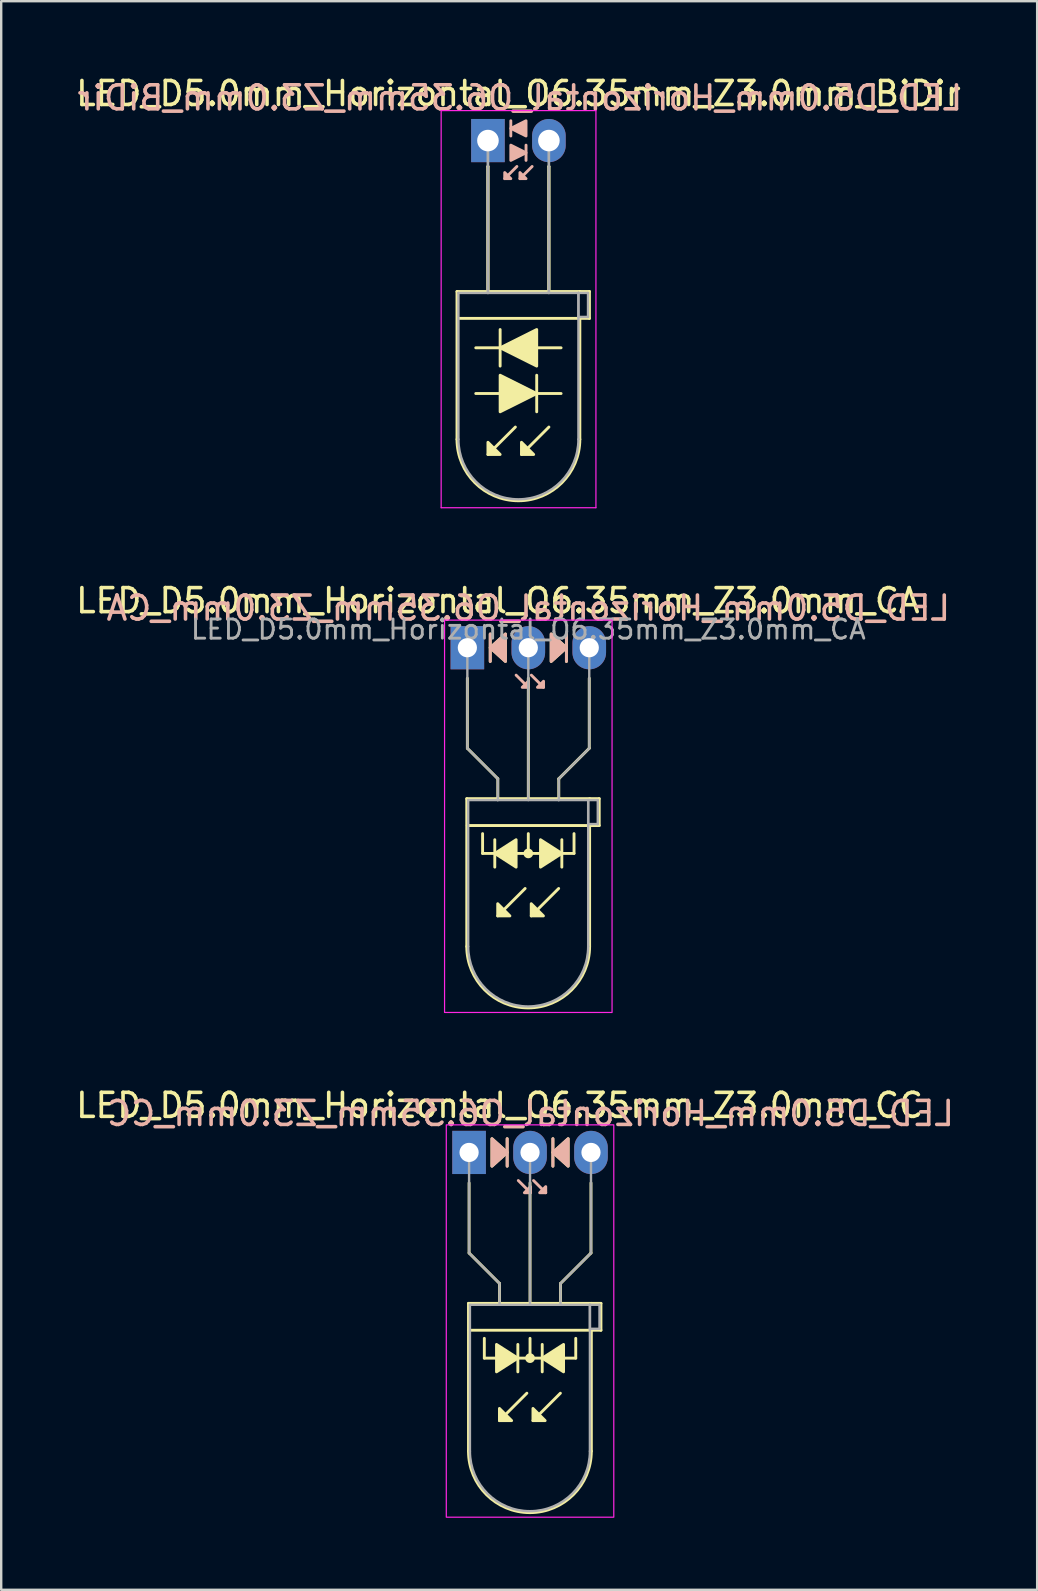
<source format=kicad_pcb>
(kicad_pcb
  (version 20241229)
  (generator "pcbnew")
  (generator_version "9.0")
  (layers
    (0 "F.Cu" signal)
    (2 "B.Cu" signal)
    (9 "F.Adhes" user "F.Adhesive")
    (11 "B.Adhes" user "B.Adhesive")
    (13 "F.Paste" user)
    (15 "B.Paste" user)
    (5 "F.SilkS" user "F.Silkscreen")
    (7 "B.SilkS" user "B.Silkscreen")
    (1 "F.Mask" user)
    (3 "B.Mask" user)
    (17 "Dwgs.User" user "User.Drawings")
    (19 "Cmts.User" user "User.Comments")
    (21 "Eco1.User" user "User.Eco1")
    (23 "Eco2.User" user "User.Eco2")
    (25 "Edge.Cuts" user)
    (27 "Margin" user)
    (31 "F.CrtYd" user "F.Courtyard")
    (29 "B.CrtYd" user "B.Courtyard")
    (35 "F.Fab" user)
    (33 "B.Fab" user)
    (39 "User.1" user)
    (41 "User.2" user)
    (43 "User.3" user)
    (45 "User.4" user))
  (footprint "LED_D5.0mm_Horizontal_O6.35mm_Z3.0mm_CA"
    (layer "F.Cu")
    (at 16.426 23.942)
    (property "Reference" "LED_D5.0mm_Horizontal_O6.35mm_Z3.0mm_CA" (at 1.27 -1.96 0) (layer "F.SilkS") (effects (font (size 1 1) (thickness 0.15))))
    (fp_line (start -0.025 6.29) (end -0.025 12.45) (stroke (width 0.12) (type solid)) (layer "F.SilkS"))
    (fp_line (start -0.025 6.29) (end 5.095 6.29) (stroke (width 0.12) (type solid)) (layer "F.SilkS"))
    (fp_line (start 0 1.27) (end 0 4.191) (stroke (width 0.12) (type default)) (layer "F.SilkS"))
    (fp_line (start 0 4.191) (end 1.27 5.461) (stroke (width 0.12) (type default)) (layer "F.SilkS"))
    (fp_line (start 0.635 8.572) (end 0.635 7.747) (stroke (width 0.12) (type default)) (layer "F.SilkS"))
    (fp_line (start 0.635 8.572) (end 4.445 8.572) (stroke (width 0.12) (type default)) (layer "F.SilkS"))
    (fp_line (start 0.953 -0.572) (end 0.953 0.572) (stroke (width 0.12) (type solid)) (layer "F.SilkS"))
    (fp_line (start 1.143 8.001) (end 1.143 9.144) (stroke (width 0.12) (type solid)) (layer "F.SilkS"))
    (fp_line (start 1.265 6.29) (end 1.265 6.29) (stroke (width 0.12) (type solid)) (layer "F.SilkS"))
    (fp_line (start 1.27 5.461) (end 1.27 6.29) (stroke (width 0.12) (type default)) (layer "F.SilkS"))
    (fp_line (start 2.408 10.033) (end 1.265 11.176) (stroke (width 0.12) (type solid)) (layer "F.SilkS"))
    (fp_line (start 2.54 6.29) (end 2.54 1.27) (stroke (width 0.12) (type default)) (layer "F.SilkS"))
    (fp_line (start 2.54 8.572) (end 2.54 7.747) (stroke (width 0.12) (type default)) (layer "F.SilkS"))
    (fp_line (start 3.805 6.29) (end 3.805 6.29) (stroke (width 0.12) (type solid)) (layer "F.SilkS"))
    (fp_line (start 3.805 10.033) (end 2.662 11.176) (stroke (width 0.12) (type solid)) (layer "F.SilkS"))
    (fp_line (start 3.81 5.461) (end 3.81 6.29) (stroke (width 0.12) (type default)) (layer "F.SilkS"))
    (fp_line (start 3.937 9.144) (end 3.937 8.001) (stroke (width 0.12) (type solid)) (layer "F.SilkS"))
    (fp_line (start 4.128 0.572) (end 4.128 -0.572) (stroke (width 0.12) (type solid)) (layer "F.SilkS"))
    (fp_line (start 4.445 8.572) (end 4.445 7.747) (stroke (width 0.12) (type default)) (layer "F.SilkS"))
    (fp_line (start 5.08 1.27) (end 5.08 4.191) (stroke (width 0.12) (type default)) (layer "F.SilkS"))
    (fp_line (start 5.08 4.191) (end 3.81 5.461) (stroke (width 0.12) (type default)) (layer "F.SilkS"))
    (fp_line (start 5.095 6.29) (end 5.495 6.29) (stroke (width 0.12) (type solid)) (layer "F.SilkS"))
    (fp_line (start 5.095 7.41) (end 5.095 12.45) (stroke (width 0.12) (type solid)) (layer "F.SilkS"))
    (fp_line (start 5.495 6.29) (end 5.495 7.41) (stroke (width 0.12) (type solid)) (layer "F.SilkS"))
    (fp_line (start 5.495 7.41) (end -0.005 7.41) (stroke (width 0.12) (type solid)) (layer "F.SilkS"))
    (fp_arc (start 5.095 12.45) (mid 2.535 15.01) (end -0.025 12.45) (stroke (width 0.12) (type solid)) (layer "F.SilkS"))
    (fp_circle (center 2.54 8.572) (end 2.682 8.572) (stroke (width 0.12) (type solid)) (fill yes) (layer "F.SilkS"))
    (fp_poly (pts (xy 1.265 10.668) (xy 1.773 11.176) (xy 1.265 11.176)) (stroke (width 0.12) (type solid)) (fill yes) (layer "F.SilkS"))
    (fp_poly (pts (xy 1.587 0.572) (xy 0.953 0) (xy 1.587 -0.572)) (stroke (width 0.12) (type solid)) (fill yes) (layer "F.SilkS"))
    (fp_poly (pts (xy 2.032 9.144) (xy 1.143 8.572) (xy 2.032 8.001)) (stroke (width 0.12) (type solid)) (fill yes) (layer "F.SilkS"))
    (fp_poly (pts (xy 2.662 10.668) (xy 3.17 11.176) (xy 2.662 11.176)) (stroke (width 0.12) (type solid)) (fill yes) (layer "F.SilkS"))
    (fp_poly (pts (xy 3.048 8.001) (xy 3.937 8.572) (xy 3.048 9.144)) (stroke (width 0.12) (type solid)) (fill yes) (layer "F.SilkS"))
    (fp_poly (pts (xy 3.493 -0.572) (xy 4.128 0) (xy 3.493 0.572)) (stroke (width 0.12) (type solid)) (fill yes) (layer "F.SilkS"))
    (fp_line (start 0.953 -0.572) (end 0.953 0.572) (stroke (width 0.12) (type solid)) (layer "B.SilkS"))
    (fp_line (start 2.54 1.651) (end 2.032 1.143) (stroke (width 0.12) (type solid)) (layer "B.SilkS"))
    (fp_line (start 3.175 1.651) (end 2.667 1.143) (stroke (width 0.12) (type solid)) (layer "B.SilkS"))
    (fp_line (start 4.128 0.572) (end 4.128 -0.572) (stroke (width 0.12) (type solid)) (layer "B.SilkS"))
    (fp_poly (pts (xy 1.587 0.572) (xy 0.953 0) (xy 1.587 -0.572)) (stroke (width 0.12) (type solid)) (fill yes) (layer "B.SilkS"))
    (fp_poly (pts (xy 2.54 1.397) (xy 2.286 1.651) (xy 2.54 1.651)) (stroke (width 0.12) (type solid)) (fill yes) (layer "B.SilkS"))
    (fp_poly (pts (xy 3.175 1.397) (xy 2.921 1.651) (xy 3.175 1.651)) (stroke (width 0.12) (type solid)) (fill yes) (layer "B.SilkS"))
    (fp_poly (pts (xy 3.493 0.572) (xy 4.128 0) (xy 3.493 -0.572)) (stroke (width 0.12) (type solid)) (fill yes) (layer "B.SilkS"))
    (fp_rect (start -0.95 -1.15) (end 6.03 15.2) (stroke (width 0.05) (type default)) (fill no) (layer "F.CrtYd"))
    (fp_line (start 0 0) (end 0 0) (stroke (width 0.1) (type solid)) (layer "F.Fab"))
    (fp_line (start 0 4.191) (end 0 0) (stroke (width 0.1) (type default)) (layer "F.Fab"))
    (fp_line (start 0.035 6.35) (end 0.035 12.45) (stroke (width 0.1) (type solid)) (layer "F.Fab"))
    (fp_line (start 0.035 6.35) (end 5.035 6.35) (stroke (width 0.1) (type solid)) (layer "F.Fab"))
    (fp_line (start 1.265 6.35) (end 1.265 6.35) (stroke (width 0.1) (type solid)) (layer "F.Fab"))
    (fp_line (start 1.27 5.461) (end 0 4.191) (stroke (width 0.1) (type default)) (layer "F.Fab"))
    (fp_line (start 1.27 5.461) (end 1.27 6.35) (stroke (width 0.1) (type default)) (layer "F.Fab"))
    (fp_line (start 2.54 0) (end 2.54 0) (stroke (width 0.1) (type solid)) (layer "F.Fab"))
    (fp_line (start 2.54 0) (end 2.54 6.35) (stroke (width 0.1) (type default)) (layer "F.Fab"))
    (fp_line (start 3.805 6.35) (end 3.805 6.35) (stroke (width 0.1) (type solid)) (layer "F.Fab"))
    (fp_line (start 3.81 5.461) (end 3.81 6.35) (stroke (width 0.1) (type default)) (layer "F.Fab"))
    (fp_line (start 3.81 5.461) (end 5.08 4.191) (stroke (width 0.1) (type default)) (layer "F.Fab"))
    (fp_line (start 5.035 6.35) (end 5.035 12.45) (stroke (width 0.1) (type solid)) (layer "F.Fab"))
    (fp_line (start 5.035 6.35) (end 5.435 6.35) (stroke (width 0.1) (type solid)) (layer "F.Fab"))
    (fp_line (start 5.035 7.35) (end 5.035 6.35) (stroke (width 0.1) (type solid)) (layer "F.Fab"))
    (fp_line (start 5.08 4.191) (end 5.08 0) (stroke (width 0.1) (type default)) (layer "F.Fab"))
    (fp_line (start 5.435 6.35) (end 5.435 7.35) (stroke (width 0.1) (type solid)) (layer "F.Fab"))
    (fp_line (start 5.435 7.35) (end 5.035 7.35) (stroke (width 0.1) (type solid)) (layer "F.Fab"))
    (fp_arc (start 5.035 12.45) (mid 2.535 14.95) (end 0.035 12.45) (stroke (width 0.1) (type solid)) (layer "F.Fab"))
    (fp_text user "${REFERENCE}" (at 2.54 -1.651 0) (layer "B.SilkS") (effects (font (size 1 1) (thickness 0.15)) (justify mirror)))
    (fp_text user "${REFERENCE}" (at 2.54 -0.762 0) (layer "F.Fab") (effects (font (size 0.8 0.8) (thickness 0.12))))
    (pad "1" thru_hole rect (at 0 0) (size 1.4 1.8) (drill 0.8) (layers "*.Cu" "*.Mask"))
    (pad "2" thru_hole oval (at 2.54 0) (size 1.4 1.8) (drill 0.8) (layers "*.Cu" "*.Mask"))
    (pad "3" thru_hole oval (at 5.08 0) (size 1.4 1.8) (drill 0.8) (layers "*.Cu" "*.Mask")))
  (footprint "LED_D5.0mm_Horizontal_O6.35mm_Z3.0mm_BiDir"
    (layer "F.Cu")
    (at 17.284 2.808)
    (property "Reference" "LED_D5.0mm_Horizontal_O6.35mm_Z3.0mm_BiDir" (at 1.27 -1.96 0) (layer "F.SilkS") (effects (font (size 1 1) (thickness 0.15))))
    (fp_line (start -1.29 6.29) (end -1.29 12.45) (stroke (width 0.12) (type solid)) (layer "F.SilkS"))
    (fp_line (start -1.29 6.29) (end 3.83 6.29) (stroke (width 0.12) (type solid)) (layer "F.SilkS"))
    (fp_line (start -0.508 10.541) (end 0.508 10.541) (stroke (width 0.12) (type solid)) (layer "F.SilkS"))
    (fp_line (start 0 1.08) (end 0 1.08) (stroke (width 0.12) (type solid)) (layer "F.SilkS"))
    (fp_line (start 0 1.08) (end 0 6.29) (stroke (width 0.12) (type solid)) (layer "F.SilkS"))
    (fp_line (start 0 6.29) (end 0 1.08) (stroke (width 0.12) (type solid)) (layer "F.SilkS"))
    (fp_line (start 0 6.29) (end 0 6.29) (stroke (width 0.12) (type solid)) (layer "F.SilkS"))
    (fp_line (start 0.508 7.874) (end 0.508 9.398) (stroke (width 0.12) (type solid)) (layer "F.SilkS"))
    (fp_line (start 0.508 8.636) (end -0.508 8.636) (stroke (width 0.12) (type solid)) (layer "F.SilkS"))
    (fp_line (start 1.143 11.938) (end 0 13.081) (stroke (width 0.12) (type solid)) (layer "F.SilkS"))
    (fp_line (start 2.032 10.541) (end 3.048 10.541) (stroke (width 0.12) (type solid)) (layer "F.SilkS"))
    (fp_line (start 2.032 11.303) (end 2.032 9.779) (stroke (width 0.12) (type solid)) (layer "F.SilkS"))
    (fp_line (start 2.54 1.08) (end 2.54 1.08) (stroke (width 0.12) (type solid)) (layer "F.SilkS"))
    (fp_line (start 2.54 1.08) (end 2.54 6.29) (stroke (width 0.12) (type solid)) (layer "F.SilkS"))
    (fp_line (start 2.54 6.29) (end 2.54 1.08) (stroke (width 0.12) (type solid)) (layer "F.SilkS"))
    (fp_line (start 2.54 6.29) (end 2.54 6.29) (stroke (width 0.12) (type solid)) (layer "F.SilkS"))
    (fp_line (start 2.54 11.938) (end 1.397 13.081) (stroke (width 0.12) (type solid)) (layer "F.SilkS"))
    (fp_line (start 3.048 8.636) (end 2.032 8.636) (stroke (width 0.12) (type solid)) (layer "F.SilkS"))
    (fp_line (start 3.83 6.29) (end 4.23 6.29) (stroke (width 0.12) (type solid)) (layer "F.SilkS"))
    (fp_line (start 3.83 7.41) (end 3.83 12.45) (stroke (width 0.12) (type solid)) (layer "F.SilkS"))
    (fp_line (start 4.23 6.29) (end 4.23 7.41) (stroke (width 0.12) (type solid)) (layer "F.SilkS"))
    (fp_line (start 4.23 7.41) (end -1.27 7.41) (stroke (width 0.12) (type solid)) (layer "F.SilkS"))
    (fp_arc (start 3.83 12.45) (mid 1.27 15.01) (end -1.29 12.45) (stroke (width 0.12) (type solid)) (layer "F.SilkS"))
    (fp_poly (pts (xy 0 12.573) (xy 0.508 13.081) (xy 0 13.081)) (stroke (width 0.12) (type solid)) (fill yes) (layer "F.SilkS"))
    (fp_poly (pts (xy 0.508 9.779) (xy 2.032 10.541) (xy 0.508 11.303)) (stroke (width 0.12) (type solid)) (fill yes) (layer "F.SilkS"))
    (fp_poly (pts (xy 1.397 12.573) (xy 1.905 13.081) (xy 1.397 13.081)) (stroke (width 0.12) (type solid)) (fill yes) (layer "F.SilkS"))
    (fp_poly (pts (xy 2.032 9.398) (xy 0.508 8.636) (xy 2.032 7.874)) (stroke (width 0.12) (type solid)) (fill yes) (layer "F.SilkS"))
    (fp_line (start 0.953 -0.826) (end 0.953 -0.191) (stroke (width 0.12) (type solid)) (layer "B.SilkS"))
    (fp_line (start 1.206 1.079) (end 0.699 1.587) (stroke (width 0.12) (type solid)) (layer "B.SilkS"))
    (fp_line (start 1.587 0.826) (end 1.587 0.191) (stroke (width 0.12) (type solid)) (layer "B.SilkS"))
    (fp_line (start 1.841 1.079) (end 1.333 1.587) (stroke (width 0.12) (type solid)) (layer "B.SilkS"))
    (fp_poly (pts (xy 0.699 1.333) (xy 0.953 1.587) (xy 0.699 1.587)) (stroke (width 0.12) (type solid)) (fill yes) (layer "B.SilkS"))
    (fp_poly (pts (xy 0.953 0.191) (xy 1.587 0.508) (xy 0.953 0.826)) (stroke (width 0.12) (type solid)) (fill yes) (layer "B.SilkS"))
    (fp_poly (pts (xy 1.333 1.333) (xy 1.587 1.587) (xy 1.333 1.587)) (stroke (width 0.12) (type solid)) (fill yes) (layer "B.SilkS"))
    (fp_poly (pts (xy 1.587 -0.191) (xy 0.953 -0.508) (xy 1.587 -0.826)) (stroke (width 0.12) (type solid)) (fill yes) (layer "B.SilkS"))
    (fp_line (start -1.95 -1.25) (end -1.95 15.3) (stroke (width 0.05) (type solid)) (layer "F.CrtYd"))
    (fp_line (start -1.95 15.3) (end 4.5 15.3) (stroke (width 0.05) (type solid)) (layer "F.CrtYd"))
    (fp_line (start 4.5 -1.25) (end -1.95 -1.25) (stroke (width 0.05) (type solid)) (layer "F.CrtYd"))
    (fp_line (start 4.5 15.3) (end 4.5 -1.25) (stroke (width 0.05) (type solid)) (layer "F.CrtYd"))
    (fp_line (start -1.23 6.35) (end -1.23 12.45) (stroke (width 0.1) (type solid)) (layer "F.Fab"))
    (fp_line (start -1.23 6.35) (end 3.77 6.35) (stroke (width 0.1) (type solid)) (layer "F.Fab"))
    (fp_line (start 0 0) (end 0 0) (stroke (width 0.1) (type solid)) (layer "F.Fab"))
    (fp_line (start 0 0) (end 0 6.35) (stroke (width 0.1) (type solid)) (layer "F.Fab"))
    (fp_line (start 0 6.35) (end 0 0) (stroke (width 0.1) (type solid)) (layer "F.Fab"))
    (fp_line (start 0 6.35) (end 0 6.35) (stroke (width 0.1) (type solid)) (layer "F.Fab"))
    (fp_line (start 2.54 0) (end 2.54 0) (stroke (width 0.1) (type solid)) (layer "F.Fab"))
    (fp_line (start 2.54 0) (end 2.54 6.35) (stroke (width 0.1) (type solid)) (layer "F.Fab"))
    (fp_line (start 2.54 6.35) (end 2.54 0) (stroke (width 0.1) (type solid)) (layer "F.Fab"))
    (fp_line (start 2.54 6.35) (end 2.54 6.35) (stroke (width 0.1) (type solid)) (layer "F.Fab"))
    (fp_line (start 3.77 6.35) (end 3.77 12.45) (stroke (width 0.1) (type solid)) (layer "F.Fab"))
    (fp_line (start 3.77 6.35) (end 4.17 6.35) (stroke (width 0.1) (type solid)) (layer "F.Fab"))
    (fp_line (start 3.77 7.35) (end 3.77 6.35) (stroke (width 0.1) (type solid)) (layer "F.Fab"))
    (fp_line (start 4.17 6.35) (end 4.17 7.35) (stroke (width 0.1) (type solid)) (layer "F.Fab"))
    (fp_line (start 4.17 7.35) (end 3.77 7.35) (stroke (width 0.1) (type solid)) (layer "F.Fab"))
    (fp_arc (start 3.77 12.45) (mid 1.27 14.95) (end -1.23 12.45) (stroke (width 0.1) (type solid)) (layer "F.Fab"))
    (fp_text user "${REFERENCE}" (at 1.333 -1.778 0) (layer "B.SilkS") (effects (font (size 1 1) (thickness 0.15)) (justify mirror)))
    (pad "1" thru_hole rect (at 0 0) (size 1.4 1.8) (drill 0.9) (layers "*.Cu" "*.Mask"))
    (pad "2" thru_hole oval (at 2.54 0) (size 1.4 1.8) (drill 0.9) (layers "*.Cu" "*.Mask")))
  (footprint "LED_D5.0mm_Horizontal_O6.35mm_Z3.0mm_CC"
    (layer "F.Cu")
    (at 16.498 44.975)
    (property "Reference" "LED_D5.0mm_Horizontal_O6.35mm_Z3.0mm_CC" (at 1.27 -1.96 0) (layer "F.SilkS") (effects (font (size 1 1) (thickness 0.15))))
    (fp_line (start -0.025 6.29) (end -0.025 12.45) (stroke (width 0.12) (type solid)) (layer "F.SilkS"))
    (fp_line (start -0.025 6.29) (end 5.095 6.29) (stroke (width 0.12) (type solid)) (layer "F.SilkS"))
    (fp_line (start 0 1.27) (end 0 4.191) (stroke (width 0.12) (type default)) (layer "F.SilkS"))
    (fp_line (start 0 4.191) (end 1.27 5.461) (stroke (width 0.12) (type default)) (layer "F.SilkS"))
    (fp_line (start 0.635 8.572) (end 0.635 7.747) (stroke (width 0.12) (type default)) (layer "F.SilkS"))
    (fp_line (start 0.635 8.572) (end 4.445 8.572) (stroke (width 0.12) (type default)) (layer "F.SilkS"))
    (fp_line (start 1.265 6.29) (end 1.265 6.29) (stroke (width 0.12) (type solid)) (layer "F.SilkS"))
    (fp_line (start 1.27 5.461) (end 1.27 6.29) (stroke (width 0.12) (type default)) (layer "F.SilkS"))
    (fp_line (start 1.587 0.572) (end 1.587 -0.572) (stroke (width 0.12) (type solid)) (layer "F.SilkS"))
    (fp_line (start 2.032 9.144) (end 2.032 8.001) (stroke (width 0.12) (type solid)) (layer "F.SilkS"))
    (fp_line (start 2.408 10.033) (end 1.265 11.176) (stroke (width 0.12) (type solid)) (layer "F.SilkS"))
    (fp_line (start 2.54 6.29) (end 2.54 1.27) (stroke (width 0.12) (type default)) (layer "F.SilkS"))
    (fp_line (start 2.54 8.572) (end 2.54 7.747) (stroke (width 0.12) (type default)) (layer "F.SilkS"))
    (fp_line (start 3.048 8.001) (end 3.048 9.144) (stroke (width 0.12) (type solid)) (layer "F.SilkS"))
    (fp_line (start 3.493 -0.572) (end 3.493 0.572) (stroke (width 0.12) (type solid)) (layer "F.SilkS"))
    (fp_line (start 3.805 6.29) (end 3.805 6.29) (stroke (width 0.12) (type solid)) (layer "F.SilkS"))
    (fp_line (start 3.805 10.033) (end 2.662 11.176) (stroke (width 0.12) (type solid)) (layer "F.SilkS"))
    (fp_line (start 3.81 5.461) (end 3.81 6.29) (stroke (width 0.12) (type default)) (layer "F.SilkS"))
    (fp_line (start 4.445 8.572) (end 4.445 7.747) (stroke (width 0.12) (type default)) (layer "F.SilkS"))
    (fp_line (start 5.08 1.27) (end 5.08 4.191) (stroke (width 0.12) (type default)) (layer "F.SilkS"))
    (fp_line (start 5.08 4.191) (end 3.81 5.461) (stroke (width 0.12) (type default)) (layer "F.SilkS"))
    (fp_line (start 5.095 6.29) (end 5.495 6.29) (stroke (width 0.12) (type solid)) (layer "F.SilkS"))
    (fp_line (start 5.095 7.41) (end 5.095 12.45) (stroke (width 0.12) (type solid)) (layer "F.SilkS"))
    (fp_line (start 5.495 6.29) (end 5.495 7.41) (stroke (width 0.12) (type solid)) (layer "F.SilkS"))
    (fp_line (start 5.495 7.41) (end -0.005 7.41) (stroke (width 0.12) (type solid)) (layer "F.SilkS"))
    (fp_arc (start 5.095 12.45) (mid 2.535 15.01) (end -0.025 12.45) (stroke (width 0.12) (type solid)) (layer "F.SilkS"))
    (fp_circle (center 2.54 8.572) (end 2.682 8.572) (stroke (width 0.12) (type solid)) (fill yes) (layer "F.SilkS"))
    (fp_poly (pts (xy 0.953 -0.572) (xy 1.587 0) (xy 0.953 0.572)) (stroke (width 0.12) (type solid)) (fill yes) (layer "F.SilkS"))
    (fp_poly (pts (xy 1.143 8.001) (xy 2.032 8.572) (xy 1.143 9.144)) (stroke (width 0.12) (type solid)) (fill yes) (layer "F.SilkS"))
    (fp_poly (pts (xy 1.265 10.668) (xy 1.773 11.176) (xy 1.265 11.176)) (stroke (width 0.12) (type solid)) (fill yes) (layer "F.SilkS"))
    (fp_poly (pts (xy 2.662 10.668) (xy 3.17 11.176) (xy 2.662 11.176)) (stroke (width 0.12) (type solid)) (fill yes) (layer "F.SilkS"))
    (fp_poly (pts (xy 3.937 9.144) (xy 3.048 8.572) (xy 3.937 8.001)) (stroke (width 0.12) (type solid)) (fill yes) (layer "F.SilkS"))
    (fp_poly (pts (xy 4.128 0.572) (xy 3.493 0) (xy 4.128 -0.572)) (stroke (width 0.12) (type solid)) (fill yes) (layer "F.SilkS"))
    (fp_line (start 1.587 0.572) (end 1.587 -0.572) (stroke (width 0.12) (type solid)) (layer "B.SilkS"))
    (fp_line (start 2.559 1.679) (end 2.051 1.171) (stroke (width 0.12) (type solid)) (layer "B.SilkS"))
    (fp_line (start 3.194 1.679) (end 2.686 1.171) (stroke (width 0.12) (type solid)) (layer "B.SilkS"))
    (fp_line (start 3.493 -0.572) (end 3.493 0.572) (stroke (width 0.12) (type solid)) (layer "B.SilkS"))
    (fp_poly (pts (xy 0.953 0.572) (xy 1.587 0) (xy 0.953 -0.572)) (stroke (width 0.12) (type solid)) (fill yes) (layer "B.SilkS"))
    (fp_poly (pts (xy 2.559 1.425) (xy 2.305 1.679) (xy 2.559 1.679)) (stroke (width 0.12) (type solid)) (fill yes) (layer "B.SilkS"))
    (fp_poly (pts (xy 3.194 1.425) (xy 2.94 1.679) (xy 3.194 1.679)) (stroke (width 0.12) (type solid)) (fill yes) (layer "B.SilkS"))
    (fp_poly (pts (xy 4.128 0.572) (xy 3.493 0) (xy 4.128 -0.572)) (stroke (width 0.12) (type solid)) (fill yes) (layer "B.SilkS"))
    (fp_rect (start -0.95 -1.15) (end 6.03 15.2) (stroke (width 0.05) (type default)) (fill no) (layer "F.CrtYd"))
    (fp_line (start 0 0) (end 0 0) (stroke (width 0.1) (type solid)) (layer "F.Fab"))
    (fp_line (start 0 4.191) (end 0 0) (stroke (width 0.1) (type default)) (layer "F.Fab"))
    (fp_line (start 0.035 6.35) (end 0.035 12.45) (stroke (width 0.1) (type solid)) (layer "F.Fab"))
    (fp_line (start 0.035 6.35) (end 5.035 6.35) (stroke (width 0.1) (type solid)) (layer "F.Fab"))
    (fp_line (start 1.265 6.35) (end 1.265 6.35) (stroke (width 0.1) (type solid)) (layer "F.Fab"))
    (fp_line (start 1.27 5.461) (end 0 4.191) (stroke (width 0.1) (type default)) (layer "F.Fab"))
    (fp_line (start 1.27 5.461) (end 1.27 6.35) (stroke (width 0.1) (type default)) (layer "F.Fab"))
    (fp_line (start 2.54 0) (end 2.54 0) (stroke (width 0.1) (type solid)) (layer "F.Fab"))
    (fp_line (start 2.54 0) (end 2.54 6.35) (stroke (width 0.1) (type default)) (layer "F.Fab"))
    (fp_line (start 3.805 6.35) (end 3.805 6.35) (stroke (width 0.1) (type solid)) (layer "F.Fab"))
    (fp_line (start 3.81 5.461) (end 3.81 6.35) (stroke (width 0.1) (type default)) (layer "F.Fab"))
    (fp_line (start 3.81 5.461) (end 5.08 4.191) (stroke (width 0.1) (type default)) (layer "F.Fab"))
    (fp_line (start 5.035 6.35) (end 5.035 12.45) (stroke (width 0.1) (type solid)) (layer "F.Fab"))
    (fp_line (start 5.035 6.35) (end 5.435 6.35) (stroke (width 0.1) (type solid)) (layer "F.Fab"))
    (fp_line (start 5.035 7.35) (end 5.035 6.35) (stroke (width 0.1) (type solid)) (layer "F.Fab"))
    (fp_line (start 5.08 4.191) (end 5.08 0) (stroke (width 0.1) (type default)) (layer "F.Fab"))
    (fp_line (start 5.435 6.35) (end 5.435 7.35) (stroke (width 0.1) (type solid)) (layer "F.Fab"))
    (fp_line (start 5.435 7.35) (end 5.035 7.35) (stroke (width 0.1) (type solid)) (layer "F.Fab"))
    (fp_arc (start 5.035 12.45) (mid 2.535 14.95) (end 0.035 12.45) (stroke (width 0.1) (type solid)) (layer "F.Fab"))
    (fp_text user "${REFERENCE}" (at 2.559 -1.623 0) (layer "B.SilkS") (effects (font (size 1 1) (thickness 0.15)) (justify mirror)))
    (pad "1" thru_hole rect (at 0 0) (size 1.4 1.8) (drill 0.8) (layers "*.Cu" "*.Mask"))
    (pad "2" thru_hole oval (at 2.54 0) (size 1.4 1.8) (drill 0.8) (layers "*.Cu" "*.Mask"))
    (pad "3" thru_hole oval (at 5.08 0) (size 1.4 1.8) (drill 0.8) (layers "*.Cu" "*.Mask")))
  (gr_rect
    (start -3 -3)
    (end 40.171 63.2)
    (stroke (width 0.1) (type default))
    (fill no)
    (layer "Edge.Cuts")))
</source>
